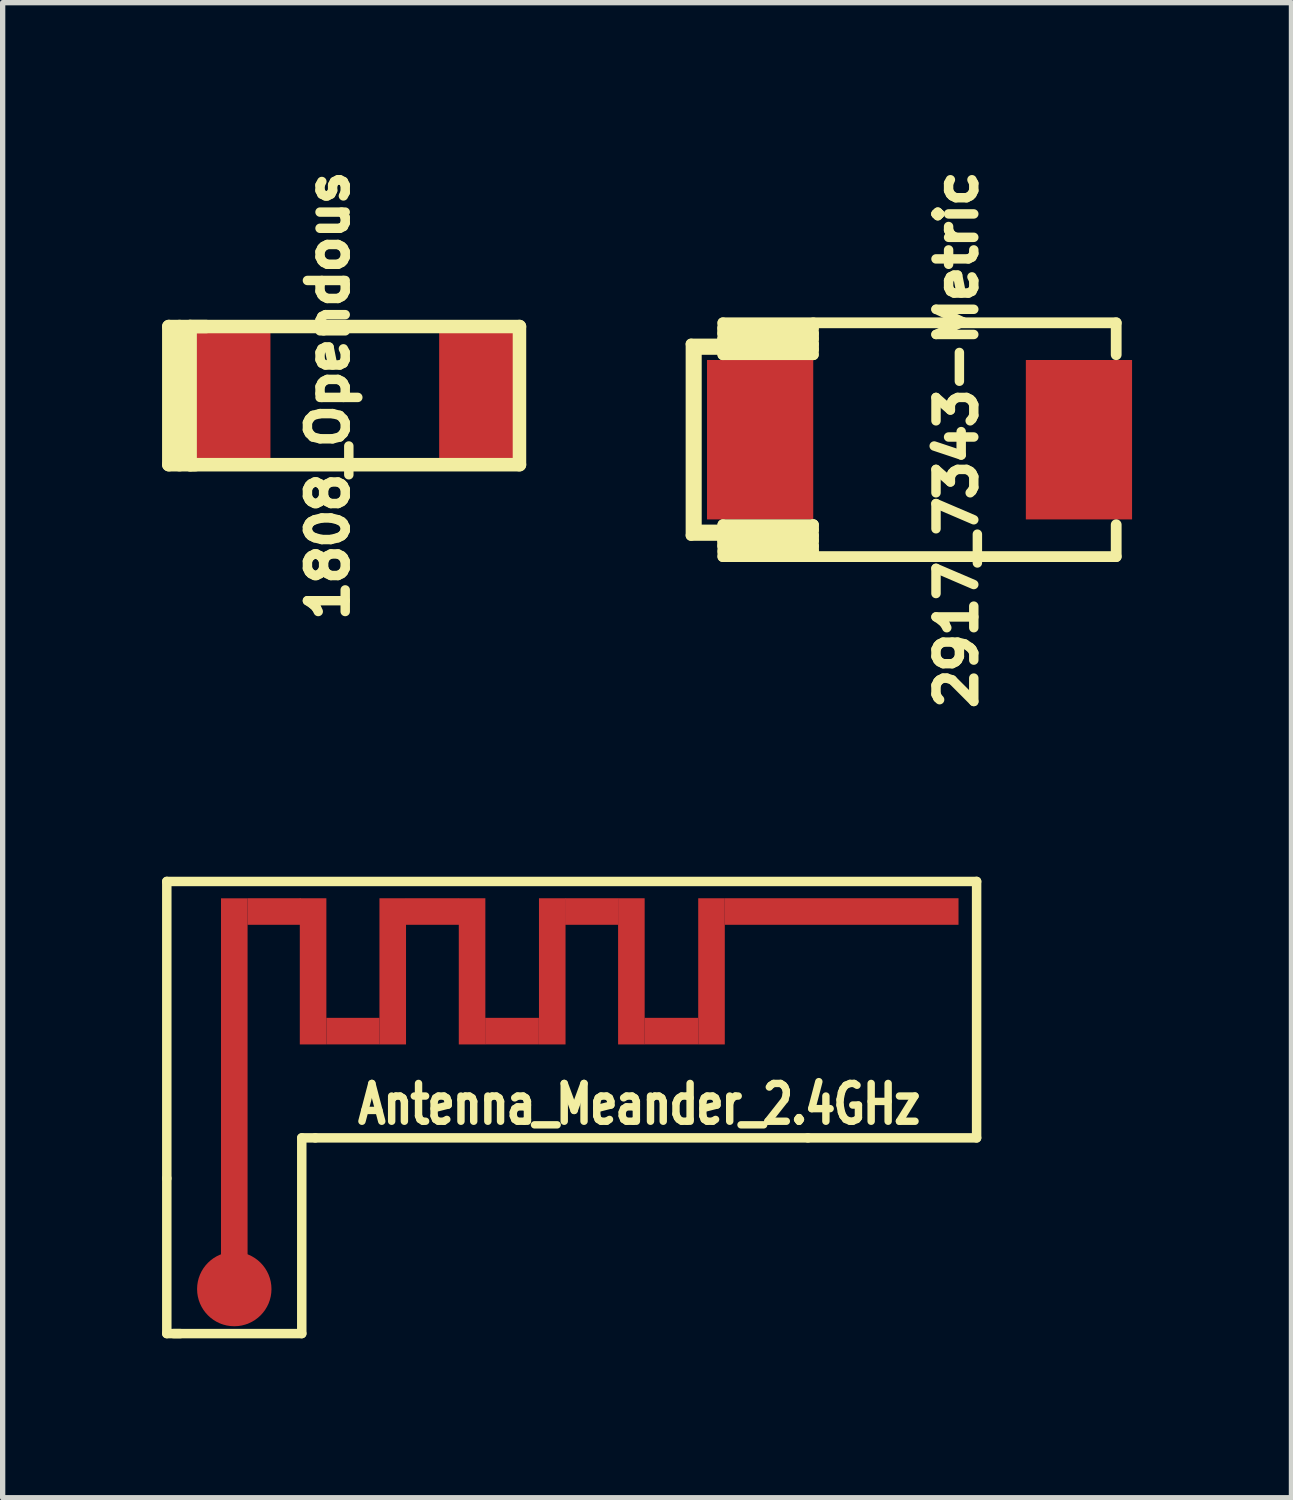
<source format=kicad_pcb>
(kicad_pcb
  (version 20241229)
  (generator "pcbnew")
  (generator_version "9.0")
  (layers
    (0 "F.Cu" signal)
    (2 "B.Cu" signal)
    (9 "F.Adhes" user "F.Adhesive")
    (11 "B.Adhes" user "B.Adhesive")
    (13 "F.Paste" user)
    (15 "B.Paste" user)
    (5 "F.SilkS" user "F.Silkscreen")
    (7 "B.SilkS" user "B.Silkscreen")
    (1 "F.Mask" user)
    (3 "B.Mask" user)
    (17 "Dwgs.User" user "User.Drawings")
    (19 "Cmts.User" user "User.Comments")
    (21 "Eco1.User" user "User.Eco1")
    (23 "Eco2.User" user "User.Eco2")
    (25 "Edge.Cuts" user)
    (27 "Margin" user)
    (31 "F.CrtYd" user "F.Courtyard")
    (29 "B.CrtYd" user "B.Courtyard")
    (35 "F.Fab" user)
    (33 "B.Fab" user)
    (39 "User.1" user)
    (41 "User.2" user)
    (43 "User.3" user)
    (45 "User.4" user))
  (footprint "2917_7343-Metric"
    (layer "F.Cu")
    (at 14.255 5.225)
    (property "Reference" "2917_7343-Metric" (at 0.701 0 90) (layer "F.SilkS") (effects (font (size 0.711 0.711) (thickness 0.178))))
    (attr through_hole)
    (fp_line (start -4.3 -1.801) (end -4.3 1.801) (stroke (width 0.203) (type solid)) (layer "F.SilkS"))
    (fp_line (start -4.3 1.801) (end -3.701 1.801) (stroke (width 0.203) (type solid)) (layer "F.SilkS"))
    (fp_line (start -4.201 -1.699) (end -4.201 1.699) (stroke (width 0.203) (type solid)) (layer "F.SilkS"))
    (fp_line (start -4.201 1.699) (end -3.701 1.699) (stroke (width 0.203) (type solid)) (layer "F.SilkS"))
    (fp_line (start -3.701 -2.2) (end -3.701 -1.6) (stroke (width 0.203) (type solid)) (layer "F.SilkS"))
    (fp_line (start -3.701 -2.101) (end -3.701 -1.999) (stroke (width 0.203) (type solid)) (layer "F.SilkS"))
    (fp_line (start -3.701 -1.999) (end -1.999 -1.999) (stroke (width 0.203) (type solid)) (layer "F.SilkS"))
    (fp_line (start -3.701 -1.9) (end -3.701 -1.801) (stroke (width 0.203) (type solid)) (layer "F.SilkS"))
    (fp_line (start -3.701 -1.801) (end -4.3 -1.801) (stroke (width 0.203) (type solid)) (layer "F.SilkS"))
    (fp_line (start -3.701 -1.801) (end -1.999 -1.801) (stroke (width 0.203) (type solid)) (layer "F.SilkS"))
    (fp_line (start -3.701 -1.699) (end -4.201 -1.699) (stroke (width 0.203) (type solid)) (layer "F.SilkS"))
    (fp_line (start -3.701 -1.6) (end -1.999 -1.6) (stroke (width 0.203) (type solid)) (layer "F.SilkS"))
    (fp_line (start -3.701 1.6) (end -1.999 1.6) (stroke (width 0.203) (type solid)) (layer "F.SilkS"))
    (fp_line (start -3.701 1.699) (end -3.701 1.801) (stroke (width 0.203) (type solid)) (layer "F.SilkS"))
    (fp_line (start -3.701 1.801) (end -1.999 1.801) (stroke (width 0.203) (type solid)) (layer "F.SilkS"))
    (fp_line (start -3.701 1.9) (end -3.701 1.999) (stroke (width 0.203) (type solid)) (layer "F.SilkS"))
    (fp_line (start -3.701 1.999) (end -1.999 1.999) (stroke (width 0.203) (type solid)) (layer "F.SilkS"))
    (fp_line (start -3.701 2.2) (end -3.701 1.6) (stroke (width 0.203) (type solid)) (layer "F.SilkS"))
    (fp_line (start -3.701 2.2) (end 3.701 2.2) (stroke (width 0.203) (type solid)) (layer "F.SilkS"))
    (fp_line (start -1.999 -2.101) (end -3.701 -2.101) (stroke (width 0.203) (type solid)) (layer "F.SilkS"))
    (fp_line (start -1.999 -1.999) (end -1.999 -1.9) (stroke (width 0.203) (type solid)) (layer "F.SilkS"))
    (fp_line (start -1.999 -1.9) (end -3.701 -1.9) (stroke (width 0.203) (type solid)) (layer "F.SilkS"))
    (fp_line (start -1.999 -1.801) (end -1.999 -1.699) (stroke (width 0.203) (type solid)) (layer "F.SilkS"))
    (fp_line (start -1.999 -1.699) (end -3.701 -1.699) (stroke (width 0.203) (type solid)) (layer "F.SilkS"))
    (fp_line (start -1.999 -1.6) (end -1.999 -2.2) (stroke (width 0.203) (type solid)) (layer "F.SilkS"))
    (fp_line (start -1.999 1.6) (end -1.999 1.699) (stroke (width 0.203) (type solid)) (layer "F.SilkS"))
    (fp_line (start -1.999 1.6) (end -1.999 2.2) (stroke (width 0.203) (type solid)) (layer "F.SilkS"))
    (fp_line (start -1.999 1.699) (end -3.701 1.699) (stroke (width 0.203) (type solid)) (layer "F.SilkS"))
    (fp_line (start -1.999 1.801) (end -1.999 1.9) (stroke (width 0.203) (type solid)) (layer "F.SilkS"))
    (fp_line (start -1.999 1.9) (end -3.701 1.9) (stroke (width 0.203) (type solid)) (layer "F.SilkS"))
    (fp_line (start -1.999 1.999) (end -1.999 2.101) (stroke (width 0.203) (type solid)) (layer "F.SilkS"))
    (fp_line (start -1.999 2.101) (end -3.701 2.101) (stroke (width 0.203) (type solid)) (layer "F.SilkS"))
    (fp_line (start 3.701 -2.2) (end -3.701 -2.2) (stroke (width 0.203) (type solid)) (layer "F.SilkS"))
    (fp_line (start 3.701 -2.2) (end 3.701 -1.6) (stroke (width 0.203) (type solid)) (layer "F.SilkS"))
    (fp_line (start 3.701 2.2) (end 3.701 1.6) (stroke (width 0.203) (type solid)) (layer "F.SilkS"))
    (pad "1" smd rect (at -3 0) (size 1.999 3) (layers "F.Cu" "F.Mask" "F.Paste"))
    (pad "2" smd rect (at 3 0) (size 1.999 3) (layers "F.Cu" "F.Mask" "F.Paste")))
  (footprint "1808_Opendous"
    (layer "F.Cu")
    (at 3.627 4.395)
    (property "Reference" "1808_Opendous" (at -0.5 0 90) (layer "F.SilkS") (effects (font (size 0.711 0.711) (thickness 0.178))))
    (attr smd)
    (fp_line (start -3.5 -1.3) (end -3.5 1.3) (stroke (width 0.254) (type solid)) (layer "F.SilkS"))
    (fp_line (start -3.5 1.3) (end -3 1.3) (stroke (width 0.254) (type solid)) (layer "F.SilkS"))
    (fp_line (start -3.299 1.3) (end -3.299 -1.3) (stroke (width 0.254) (type solid)) (layer "F.SilkS"))
    (fp_line (start -3.099 -1.3) (end 3.099 -1.3) (stroke (width 0.254) (type solid)) (layer "F.SilkS"))
    (fp_line (start -3.099 1.3) (end -3.099 -1.3) (stroke (width 0.254) (type solid)) (layer "F.SilkS"))
    (fp_line (start -2.799 -1.3) (end -3.5 -1.3) (stroke (width 0.254) (type solid)) (layer "F.SilkS"))
    (fp_line (start 3.099 -1.3) (end 3.099 1.3) (stroke (width 0.254) (type solid)) (layer "F.SilkS"))
    (fp_line (start 3.099 1.3) (end -3.099 1.3) (stroke (width 0.254) (type solid)) (layer "F.SilkS"))
    (pad "1" smd rect (at -2.286 0) (size 1.397 2.413) (layers "F.Cu" "F.Mask" "F.Paste"))
    (pad "2" smd rect (at 2.286 0) (size 1.397 2.413) (layers "F.Cu" "F.Mask" "F.Paste")))
  (footprint "Antenna_Meander_2.4GHz"
    (layer "F.Cu")
    (at 7.836 17.602)
    (property "Reference" "Antenna_Meander_2.4GHz" (at 1.143 0.127 0) (layer "F.SilkS") (effects (font (size 0.711 0.559) (thickness 0.203))))
    (attr through_hole)
    (fp_line (start -7.747 -4.064) (end 7.493 -4.064) (stroke (width 0.178) (type solid)) (layer "F.SilkS"))
    (fp_line (start -7.747 1.524) (end -7.747 -4.064) (stroke (width 0.178) (type solid)) (layer "F.SilkS"))
    (fp_line (start -7.747 1.524) (end -7.747 4.445) (stroke (width 0.178) (type solid)) (layer "F.SilkS"))
    (fp_line (start -7.747 4.445) (end -7.493 4.445) (stroke (width 0.178) (type solid)) (layer "F.SilkS"))
    (fp_line (start -5.207 0.762) (end -5.207 4.445) (stroke (width 0.178) (type solid)) (layer "F.SilkS"))
    (fp_line (start -5.207 4.445) (end -7.62 4.445) (stroke (width 0.178) (type solid)) (layer "F.SilkS"))
    (fp_line (start -4.953 0.762) (end -5.207 0.762) (stroke (width 0.178) (type solid)) (layer "F.SilkS"))
    (fp_line (start 4.318 0.762) (end -4.953 0.762) (stroke (width 0.178) (type solid)) (layer "F.SilkS"))
    (fp_line (start 4.318 0.762) (end 7.493 0.762) (stroke (width 0.178) (type solid)) (layer "F.SilkS"))
    (fp_line (start 7.493 -4.064) (end 7.493 0.762) (stroke (width 0.178) (type solid)) (layer "F.SilkS"))
    (pad "1" smd rect (at -6.477 0.254) (size 0.5 8.001) (layers "F.Cu"))
    (pad "1" smd circle (at -6.477 3.607) (size 1.4 1.4) (layers "F.Cu"))
    (pad "1" smd rect (at -5.728 -3.498) (size 1.001 0.5) (layers "F.Cu"))
    (pad "1" smd rect (at -4.994 -2.372) (size 0.5 2.751) (layers "F.Cu"))
    (pad "1" smd rect (at -4.244 -1.247) (size 1.001 0.5) (layers "F.Cu"))
    (pad "1" smd rect (at -3.495 -2.372) (size 0.5 2.751) (layers "F.Cu"))
    (pad "1" smd rect (at -2.748 -3.498) (size 1.001 0.5) (layers "F.Cu"))
    (pad "1" smd rect (at -2.002 -2.372) (size 0.5 2.751) (layers "F.Cu"))
    (pad "1" smd rect (at -1.25 -1.247) (size 1.011 0.5) (layers "F.Cu"))
    (pad "1" smd rect (at -0.493 -2.372) (size 0.5 2.751) (layers "F.Cu"))
    (pad "1" smd rect (at 0.249 -3.498) (size 1.001 0.5) (layers "F.Cu"))
    (pad "1" smd rect (at 0.996 -2.372) (size 0.5 2.751) (layers "F.Cu"))
    (pad "1" smd rect (at 1.748 -1.247) (size 1.011 0.5) (layers "F.Cu"))
    (pad "1" smd rect (at 2.504 -2.372) (size 0.5 2.751) (layers "F.Cu"))
    (pad "1" smd rect (at 4.953 -3.498) (size 4.399 0.5) (layers "F.Cu")))
  (gr_rect
    (start -3 -3)
    (end 21.254 25.136)
    (stroke (width 0.1) (type default))
    (fill no)
    (layer "Edge.Cuts")))
</source>
